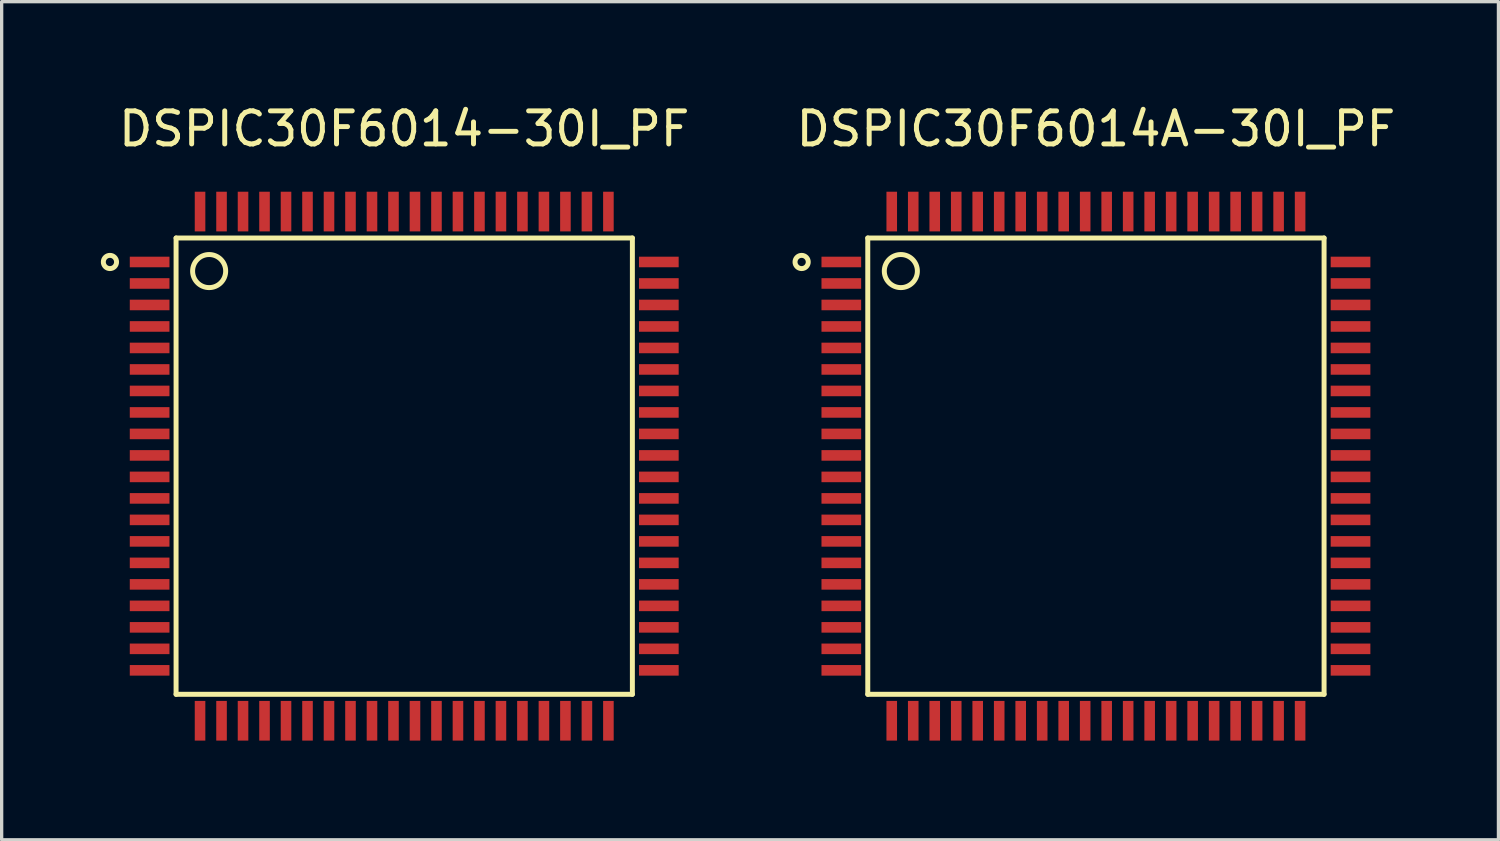
<source format=kicad_pcb>
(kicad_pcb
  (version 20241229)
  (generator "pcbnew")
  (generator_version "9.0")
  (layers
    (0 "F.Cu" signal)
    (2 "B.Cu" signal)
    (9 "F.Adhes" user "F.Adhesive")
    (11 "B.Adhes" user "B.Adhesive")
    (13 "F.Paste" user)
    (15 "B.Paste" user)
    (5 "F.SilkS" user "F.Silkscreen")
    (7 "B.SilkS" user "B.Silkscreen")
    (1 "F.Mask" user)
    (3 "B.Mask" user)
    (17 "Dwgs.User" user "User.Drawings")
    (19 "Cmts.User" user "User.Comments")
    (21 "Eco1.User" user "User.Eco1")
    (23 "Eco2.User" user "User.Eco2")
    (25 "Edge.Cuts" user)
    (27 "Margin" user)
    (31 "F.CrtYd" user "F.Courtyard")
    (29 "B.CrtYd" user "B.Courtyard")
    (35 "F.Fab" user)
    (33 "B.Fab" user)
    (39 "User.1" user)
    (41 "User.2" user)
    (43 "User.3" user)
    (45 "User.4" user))
  (footprint "DSPIC30F6014-30I_PF"
    (layer "F.Cu")
    (at 1.475 3.348)
    (property "Reference" "DSPIC30F6014-30I_PF" (at 7.7 -2.5 0) (layer "F.SilkS") (effects (font (size 1 1) (thickness 0.15))))
    (attr through_hole)
    (fp_line (start 0.8 0.8) (end 0.8 14.6) (stroke (width 0.15) (type solid)) (layer "F.SilkS"))
    (fp_line (start 0.8 0.8) (end 14.6 0.8) (stroke (width 0.15) (type solid)) (layer "F.SilkS"))
    (fp_line (start 0.8 14.6) (end 14.6 14.6) (stroke (width 0.15) (type solid)) (layer "F.SilkS"))
    (fp_line (start 14.6 14.6) (end 14.6 0.8) (stroke (width 0.15) (type solid)) (layer "F.SilkS"))
    (fp_circle (center -1.2 1.525) (end -1.2 1.325) (stroke (width 0.15) (type solid)) (fill no) (layer "F.SilkS"))
    (fp_circle (center 1.8 1.8) (end 1.8 1.3) (stroke (width 0.15) (type solid)) (fill no) (layer "F.SilkS"))
    (pad "1" smd rect (at 0 1.525) (size 1.2 0.32) (layers "F.Cu" "F.Mask" "F.Paste"))
    (pad "2" smd rect (at 0 2.175) (size 1.2 0.32) (layers "F.Cu" "F.Mask" "F.Paste"))
    (pad "3" smd rect (at 0 2.825) (size 1.2 0.32) (layers "F.Cu" "F.Mask" "F.Paste"))
    (pad "4" smd rect (at 0 3.475) (size 1.2 0.32) (layers "F.Cu" "F.Mask" "F.Paste"))
    (pad "5" smd rect (at 0 4.125) (size 1.2 0.32) (layers "F.Cu" "F.Mask" "F.Paste"))
    (pad "6" smd rect (at 0 4.775) (size 1.2 0.32) (layers "F.Cu" "F.Mask" "F.Paste"))
    (pad "7" smd rect (at 0 5.425) (size 1.2 0.32) (layers "F.Cu" "F.Mask" "F.Paste"))
    (pad "8" smd rect (at 0 6.075) (size 1.2 0.32) (layers "F.Cu" "F.Mask" "F.Paste"))
    (pad "9" smd rect (at 0 6.725) (size 1.2 0.32) (layers "F.Cu" "F.Mask" "F.Paste"))
    (pad "10" smd rect (at 0 7.375) (size 1.2 0.32) (layers "F.Cu" "F.Mask" "F.Paste"))
    (pad "11" smd rect (at 0 8.025) (size 1.2 0.32) (layers "F.Cu" "F.Mask" "F.Paste"))
    (pad "12" smd rect (at 0 8.675) (size 1.2 0.32) (layers "F.Cu" "F.Mask" "F.Paste"))
    (pad "13" smd rect (at 0 9.325) (size 1.2 0.32) (layers "F.Cu" "F.Mask" "F.Paste"))
    (pad "14" smd rect (at 0 9.975) (size 1.2 0.32) (layers "F.Cu" "F.Mask" "F.Paste"))
    (pad "15" smd rect (at 0 10.625) (size 1.2 0.32) (layers "F.Cu" "F.Mask" "F.Paste"))
    (pad "16" smd rect (at 0 11.275) (size 1.2 0.32) (layers "F.Cu" "F.Mask" "F.Paste"))
    (pad "17" smd rect (at 0 11.925) (size 1.2 0.32) (layers "F.Cu" "F.Mask" "F.Paste"))
    (pad "18" smd rect (at 0 12.575) (size 1.2 0.32) (layers "F.Cu" "F.Mask" "F.Paste"))
    (pad "19" smd rect (at 0 13.225) (size 1.2 0.32) (layers "F.Cu" "F.Mask" "F.Paste"))
    (pad "20" smd rect (at 0 13.875) (size 1.2 0.32) (layers "F.Cu" "F.Mask" "F.Paste"))
    (pad "21" smd rect (at 1.525 15.4) (size 0.32 1.2) (layers "F.Cu" "F.Mask" "F.Paste"))
    (pad "22" smd rect (at 2.175 15.4) (size 0.32 1.2) (layers "F.Cu" "F.Mask" "F.Paste"))
    (pad "23" smd rect (at 2.825 15.4) (size 0.32 1.2) (layers "F.Cu" "F.Mask" "F.Paste"))
    (pad "24" smd rect (at 3.475 15.4) (size 0.32 1.2) (layers "F.Cu" "F.Mask" "F.Paste"))
    (pad "25" smd rect (at 4.125 15.4) (size 0.32 1.2) (layers "F.Cu" "F.Mask" "F.Paste"))
    (pad "26" smd rect (at 4.775 15.4) (size 0.32 1.2) (layers "F.Cu" "F.Mask" "F.Paste"))
    (pad "27" smd rect (at 5.425 15.4) (size 0.32 1.2) (layers "F.Cu" "F.Mask" "F.Paste"))
    (pad "28" smd rect (at 6.075 15.4) (size 0.32 1.2) (layers "F.Cu" "F.Mask" "F.Paste"))
    (pad "29" smd rect (at 6.725 15.4) (size 0.32 1.2) (layers "F.Cu" "F.Mask" "F.Paste"))
    (pad "30" smd rect (at 7.375 15.4) (size 0.32 1.2) (layers "F.Cu" "F.Mask" "F.Paste"))
    (pad "31" smd rect (at 8.025 15.4) (size 0.32 1.2) (layers "F.Cu" "F.Mask" "F.Paste"))
    (pad "32" smd rect (at 8.675 15.4) (size 0.32 1.2) (layers "F.Cu" "F.Mask" "F.Paste"))
    (pad "33" smd rect (at 9.325 15.4) (size 0.32 1.2) (layers "F.Cu" "F.Mask" "F.Paste"))
    (pad "34" smd rect (at 9.975 15.4) (size 0.32 1.2) (layers "F.Cu" "F.Mask" "F.Paste"))
    (pad "35" smd rect (at 10.625 15.4) (size 0.32 1.2) (layers "F.Cu" "F.Mask" "F.Paste"))
    (pad "36" smd rect (at 11.275 15.4) (size 0.32 1.2) (layers "F.Cu" "F.Mask" "F.Paste"))
    (pad "37" smd rect (at 11.925 15.4) (size 0.32 1.2) (layers "F.Cu" "F.Mask" "F.Paste"))
    (pad "38" smd rect (at 12.575 15.4) (size 0.32 1.2) (layers "F.Cu" "F.Mask" "F.Paste"))
    (pad "39" smd rect (at 13.225 15.4) (size 0.32 1.2) (layers "F.Cu" "F.Mask" "F.Paste"))
    (pad "40" smd rect (at 13.875 15.4) (size 0.32 1.2) (layers "F.Cu" "F.Mask" "F.Paste"))
    (pad "41" smd rect (at 15.4 13.875) (size 1.2 0.32) (layers "F.Cu" "F.Mask" "F.Paste"))
    (pad "42" smd rect (at 15.4 13.225) (size 1.2 0.32) (layers "F.Cu" "F.Mask" "F.Paste"))
    (pad "43" smd rect (at 15.4 12.575) (size 1.2 0.32) (layers "F.Cu" "F.Mask" "F.Paste"))
    (pad "44" smd rect (at 15.4 11.925) (size 1.2 0.32) (layers "F.Cu" "F.Mask" "F.Paste"))
    (pad "45" smd rect (at 15.4 11.275) (size 1.2 0.32) (layers "F.Cu" "F.Mask" "F.Paste"))
    (pad "46" smd rect (at 15.4 10.625) (size 1.2 0.32) (layers "F.Cu" "F.Mask" "F.Paste"))
    (pad "47" smd rect (at 15.4 9.975) (size 1.2 0.32) (layers "F.Cu" "F.Mask" "F.Paste"))
    (pad "48" smd rect (at 15.4 9.325) (size 1.2 0.32) (layers "F.Cu" "F.Mask" "F.Paste"))
    (pad "49" smd rect (at 15.4 8.675) (size 1.2 0.32) (layers "F.Cu" "F.Mask" "F.Paste"))
    (pad "50" smd rect (at 15.4 8.025) (size 1.2 0.32) (layers "F.Cu" "F.Mask" "F.Paste"))
    (pad "51" smd rect (at 15.4 7.375) (size 1.2 0.32) (layers "F.Cu" "F.Mask" "F.Paste"))
    (pad "52" smd rect (at 15.4 6.725) (size 1.2 0.32) (layers "F.Cu" "F.Mask" "F.Paste"))
    (pad "53" smd rect (at 15.4 6.075) (size 1.2 0.32) (layers "F.Cu" "F.Mask" "F.Paste"))
    (pad "54" smd rect (at 15.4 5.425) (size 1.2 0.32) (layers "F.Cu" "F.Mask" "F.Paste"))
    (pad "55" smd rect (at 15.4 4.775) (size 1.2 0.32) (layers "F.Cu" "F.Mask" "F.Paste"))
    (pad "56" smd rect (at 15.4 4.125) (size 1.2 0.32) (layers "F.Cu" "F.Mask" "F.Paste"))
    (pad "57" smd rect (at 15.4 3.475) (size 1.2 0.32) (layers "F.Cu" "F.Mask" "F.Paste"))
    (pad "58" smd rect (at 15.4 2.825) (size 1.2 0.32) (layers "F.Cu" "F.Mask" "F.Paste"))
    (pad "59" smd rect (at 15.4 2.175) (size 1.2 0.32) (layers "F.Cu" "F.Mask" "F.Paste"))
    (pad "60" smd rect (at 15.4 1.525) (size 1.2 0.32) (layers "F.Cu" "F.Mask" "F.Paste"))
    (pad "61" smd rect (at 13.875 0) (size 0.32 1.2) (layers "F.Cu" "F.Mask" "F.Paste"))
    (pad "62" smd rect (at 13.225 0) (size 0.32 1.2) (layers "F.Cu" "F.Mask" "F.Paste"))
    (pad "63" smd rect (at 12.575 0) (size 0.32 1.2) (layers "F.Cu" "F.Mask" "F.Paste"))
    (pad "64" smd rect (at 11.925 0) (size 0.32 1.2) (layers "F.Cu" "F.Mask" "F.Paste"))
    (pad "65" smd rect (at 11.275 0) (size 0.32 1.2) (layers "F.Cu" "F.Mask" "F.Paste"))
    (pad "66" smd rect (at 10.625 0) (size 0.32 1.2) (layers "F.Cu" "F.Mask" "F.Paste"))
    (pad "67" smd rect (at 9.975 0) (size 0.32 1.2) (layers "F.Cu" "F.Mask" "F.Paste"))
    (pad "68" smd rect (at 9.325 0) (size 0.32 1.2) (layers "F.Cu" "F.Mask" "F.Paste"))
    (pad "69" smd rect (at 8.675 0) (size 0.32 1.2) (layers "F.Cu" "F.Mask" "F.Paste"))
    (pad "70" smd rect (at 8.025 0) (size 0.32 1.2) (layers "F.Cu" "F.Mask" "F.Paste"))
    (pad "71" smd rect (at 7.375 0) (size 0.32 1.2) (layers "F.Cu" "F.Mask" "F.Paste"))
    (pad "72" smd rect (at 6.725 0) (size 0.32 1.2) (layers "F.Cu" "F.Mask" "F.Paste"))
    (pad "73" smd rect (at 6.075 0) (size 0.32 1.2) (layers "F.Cu" "F.Mask" "F.Paste"))
    (pad "74" smd rect (at 5.425 0) (size 0.32 1.2) (layers "F.Cu" "F.Mask" "F.Paste"))
    (pad "75" smd rect (at 4.775 0) (size 0.32 1.2) (layers "F.Cu" "F.Mask" "F.Paste"))
    (pad "76" smd rect (at 4.125 0) (size 0.32 1.2) (layers "F.Cu" "F.Mask" "F.Paste"))
    (pad "77" smd rect (at 3.475 0) (size 0.32 1.2) (layers "F.Cu" "F.Mask" "F.Paste"))
    (pad "78" smd rect (at 2.825 0) (size 0.32 1.2) (layers "F.Cu" "F.Mask" "F.Paste"))
    (pad "79" smd rect (at 2.175 0) (size 0.32 1.2) (layers "F.Cu" "F.Mask" "F.Paste"))
    (pad "80" smd rect (at 1.525 0) (size 0.32 1.2) (layers "F.Cu" "F.Mask" "F.Paste")))
  (footprint "DSPIC30F6014A-30I_PF"
    (layer "F.Cu")
    (at 22.394 3.348)
    (property "Reference" "DSPIC30F6014A-30I_PF" (at 7.7 -2.5 0) (layer "F.SilkS") (effects (font (size 1 1) (thickness 0.15))))
    (attr through_hole)
    (fp_line (start 0.8 0.8) (end 0.8 14.6) (stroke (width 0.15) (type solid)) (layer "F.SilkS"))
    (fp_line (start 0.8 0.8) (end 14.6 0.8) (stroke (width 0.15) (type solid)) (layer "F.SilkS"))
    (fp_line (start 0.8 14.6) (end 14.6 14.6) (stroke (width 0.15) (type solid)) (layer "F.SilkS"))
    (fp_line (start 14.6 14.6) (end 14.6 0.8) (stroke (width 0.15) (type solid)) (layer "F.SilkS"))
    (fp_circle (center -1.2 1.525) (end -1.2 1.325) (stroke (width 0.15) (type solid)) (fill no) (layer "F.SilkS"))
    (fp_circle (center 1.8 1.8) (end 1.8 1.3) (stroke (width 0.15) (type solid)) (fill no) (layer "F.SilkS"))
    (pad "1" smd rect (at 0 1.525) (size 1.2 0.32) (layers "F.Cu" "F.Mask" "F.Paste"))
    (pad "2" smd rect (at 0 2.175) (size 1.2 0.32) (layers "F.Cu" "F.Mask" "F.Paste"))
    (pad "3" smd rect (at 0 2.825) (size 1.2 0.32) (layers "F.Cu" "F.Mask" "F.Paste"))
    (pad "4" smd rect (at 0 3.475) (size 1.2 0.32) (layers "F.Cu" "F.Mask" "F.Paste"))
    (pad "5" smd rect (at 0 4.125) (size 1.2 0.32) (layers "F.Cu" "F.Mask" "F.Paste"))
    (pad "6" smd rect (at 0 4.775) (size 1.2 0.32) (layers "F.Cu" "F.Mask" "F.Paste"))
    (pad "7" smd rect (at 0 5.425) (size 1.2 0.32) (layers "F.Cu" "F.Mask" "F.Paste"))
    (pad "8" smd rect (at 0 6.075) (size 1.2 0.32) (layers "F.Cu" "F.Mask" "F.Paste"))
    (pad "9" smd rect (at 0 6.725) (size 1.2 0.32) (layers "F.Cu" "F.Mask" "F.Paste"))
    (pad "10" smd rect (at 0 7.375) (size 1.2 0.32) (layers "F.Cu" "F.Mask" "F.Paste"))
    (pad "11" smd rect (at 0 8.025) (size 1.2 0.32) (layers "F.Cu" "F.Mask" "F.Paste"))
    (pad "12" smd rect (at 0 8.675) (size 1.2 0.32) (layers "F.Cu" "F.Mask" "F.Paste"))
    (pad "13" smd rect (at 0 9.325) (size 1.2 0.32) (layers "F.Cu" "F.Mask" "F.Paste"))
    (pad "14" smd rect (at 0 9.975) (size 1.2 0.32) (layers "F.Cu" "F.Mask" "F.Paste"))
    (pad "15" smd rect (at 0 10.625) (size 1.2 0.32) (layers "F.Cu" "F.Mask" "F.Paste"))
    (pad "16" smd rect (at 0 11.275) (size 1.2 0.32) (layers "F.Cu" "F.Mask" "F.Paste"))
    (pad "17" smd rect (at 0 11.925) (size 1.2 0.32) (layers "F.Cu" "F.Mask" "F.Paste"))
    (pad "18" smd rect (at 0 12.575) (size 1.2 0.32) (layers "F.Cu" "F.Mask" "F.Paste"))
    (pad "19" smd rect (at 0 13.225) (size 1.2 0.32) (layers "F.Cu" "F.Mask" "F.Paste"))
    (pad "20" smd rect (at 0 13.875) (size 1.2 0.32) (layers "F.Cu" "F.Mask" "F.Paste"))
    (pad "21" smd rect (at 1.525 15.4) (size 0.32 1.2) (layers "F.Cu" "F.Mask" "F.Paste"))
    (pad "22" smd rect (at 2.175 15.4) (size 0.32 1.2) (layers "F.Cu" "F.Mask" "F.Paste"))
    (pad "23" smd rect (at 2.825 15.4) (size 0.32 1.2) (layers "F.Cu" "F.Mask" "F.Paste"))
    (pad "24" smd rect (at 3.475 15.4) (size 0.32 1.2) (layers "F.Cu" "F.Mask" "F.Paste"))
    (pad "25" smd rect (at 4.125 15.4) (size 0.32 1.2) (layers "F.Cu" "F.Mask" "F.Paste"))
    (pad "26" smd rect (at 4.775 15.4) (size 0.32 1.2) (layers "F.Cu" "F.Mask" "F.Paste"))
    (pad "27" smd rect (at 5.425 15.4) (size 0.32 1.2) (layers "F.Cu" "F.Mask" "F.Paste"))
    (pad "28" smd rect (at 6.075 15.4) (size 0.32 1.2) (layers "F.Cu" "F.Mask" "F.Paste"))
    (pad "29" smd rect (at 6.725 15.4) (size 0.32 1.2) (layers "F.Cu" "F.Mask" "F.Paste"))
    (pad "30" smd rect (at 7.375 15.4) (size 0.32 1.2) (layers "F.Cu" "F.Mask" "F.Paste"))
    (pad "31" smd rect (at 8.025 15.4) (size 0.32 1.2) (layers "F.Cu" "F.Mask" "F.Paste"))
    (pad "32" smd rect (at 8.675 15.4) (size 0.32 1.2) (layers "F.Cu" "F.Mask" "F.Paste"))
    (pad "33" smd rect (at 9.325 15.4) (size 0.32 1.2) (layers "F.Cu" "F.Mask" "F.Paste"))
    (pad "34" smd rect (at 9.975 15.4) (size 0.32 1.2) (layers "F.Cu" "F.Mask" "F.Paste"))
    (pad "35" smd rect (at 10.625 15.4) (size 0.32 1.2) (layers "F.Cu" "F.Mask" "F.Paste"))
    (pad "36" smd rect (at 11.275 15.4) (size 0.32 1.2) (layers "F.Cu" "F.Mask" "F.Paste"))
    (pad "37" smd rect (at 11.925 15.4) (size 0.32 1.2) (layers "F.Cu" "F.Mask" "F.Paste"))
    (pad "38" smd rect (at 12.575 15.4) (size 0.32 1.2) (layers "F.Cu" "F.Mask" "F.Paste"))
    (pad "39" smd rect (at 13.225 15.4) (size 0.32 1.2) (layers "F.Cu" "F.Mask" "F.Paste"))
    (pad "40" smd rect (at 13.875 15.4) (size 0.32 1.2) (layers "F.Cu" "F.Mask" "F.Paste"))
    (pad "41" smd rect (at 15.4 13.875) (size 1.2 0.32) (layers "F.Cu" "F.Mask" "F.Paste"))
    (pad "42" smd rect (at 15.4 13.225) (size 1.2 0.32) (layers "F.Cu" "F.Mask" "F.Paste"))
    (pad "43" smd rect (at 15.4 12.575) (size 1.2 0.32) (layers "F.Cu" "F.Mask" "F.Paste"))
    (pad "44" smd rect (at 15.4 11.925) (size 1.2 0.32) (layers "F.Cu" "F.Mask" "F.Paste"))
    (pad "45" smd rect (at 15.4 11.275) (size 1.2 0.32) (layers "F.Cu" "F.Mask" "F.Paste"))
    (pad "46" smd rect (at 15.4 10.625) (size 1.2 0.32) (layers "F.Cu" "F.Mask" "F.Paste"))
    (pad "47" smd rect (at 15.4 9.975) (size 1.2 0.32) (layers "F.Cu" "F.Mask" "F.Paste"))
    (pad "48" smd rect (at 15.4 9.325) (size 1.2 0.32) (layers "F.Cu" "F.Mask" "F.Paste"))
    (pad "49" smd rect (at 15.4 8.675) (size 1.2 0.32) (layers "F.Cu" "F.Mask" "F.Paste"))
    (pad "50" smd rect (at 15.4 8.025) (size 1.2 0.32) (layers "F.Cu" "F.Mask" "F.Paste"))
    (pad "51" smd rect (at 15.4 7.375) (size 1.2 0.32) (layers "F.Cu" "F.Mask" "F.Paste"))
    (pad "52" smd rect (at 15.4 6.725) (size 1.2 0.32) (layers "F.Cu" "F.Mask" "F.Paste"))
    (pad "53" smd rect (at 15.4 6.075) (size 1.2 0.32) (layers "F.Cu" "F.Mask" "F.Paste"))
    (pad "54" smd rect (at 15.4 5.425) (size 1.2 0.32) (layers "F.Cu" "F.Mask" "F.Paste"))
    (pad "55" smd rect (at 15.4 4.775) (size 1.2 0.32) (layers "F.Cu" "F.Mask" "F.Paste"))
    (pad "56" smd rect (at 15.4 4.125) (size 1.2 0.32) (layers "F.Cu" "F.Mask" "F.Paste"))
    (pad "57" smd rect (at 15.4 3.475) (size 1.2 0.32) (layers "F.Cu" "F.Mask" "F.Paste"))
    (pad "58" smd rect (at 15.4 2.825) (size 1.2 0.32) (layers "F.Cu" "F.Mask" "F.Paste"))
    (pad "59" smd rect (at 15.4 2.175) (size 1.2 0.32) (layers "F.Cu" "F.Mask" "F.Paste"))
    (pad "60" smd rect (at 15.4 1.525) (size 1.2 0.32) (layers "F.Cu" "F.Mask" "F.Paste"))
    (pad "61" smd rect (at 13.875 0) (size 0.32 1.2) (layers "F.Cu" "F.Mask" "F.Paste"))
    (pad "62" smd rect (at 13.225 0) (size 0.32 1.2) (layers "F.Cu" "F.Mask" "F.Paste"))
    (pad "63" smd rect (at 12.575 0) (size 0.32 1.2) (layers "F.Cu" "F.Mask" "F.Paste"))
    (pad "64" smd rect (at 11.925 0) (size 0.32 1.2) (layers "F.Cu" "F.Mask" "F.Paste"))
    (pad "65" smd rect (at 11.275 0) (size 0.32 1.2) (layers "F.Cu" "F.Mask" "F.Paste"))
    (pad "66" smd rect (at 10.625 0) (size 0.32 1.2) (layers "F.Cu" "F.Mask" "F.Paste"))
    (pad "67" smd rect (at 9.975 0) (size 0.32 1.2) (layers "F.Cu" "F.Mask" "F.Paste"))
    (pad "68" smd rect (at 9.325 0) (size 0.32 1.2) (layers "F.Cu" "F.Mask" "F.Paste"))
    (pad "69" smd rect (at 8.675 0) (size 0.32 1.2) (layers "F.Cu" "F.Mask" "F.Paste"))
    (pad "70" smd rect (at 8.025 0) (size 0.32 1.2) (layers "F.Cu" "F.Mask" "F.Paste"))
    (pad "71" smd rect (at 7.375 0) (size 0.32 1.2) (layers "F.Cu" "F.Mask" "F.Paste"))
    (pad "72" smd rect (at 6.725 0) (size 0.32 1.2) (layers "F.Cu" "F.Mask" "F.Paste"))
    (pad "73" smd rect (at 6.075 0) (size 0.32 1.2) (layers "F.Cu" "F.Mask" "F.Paste"))
    (pad "74" smd rect (at 5.425 0) (size 0.32 1.2) (layers "F.Cu" "F.Mask" "F.Paste"))
    (pad "75" smd rect (at 4.775 0) (size 0.32 1.2) (layers "F.Cu" "F.Mask" "F.Paste"))
    (pad "76" smd rect (at 4.125 0) (size 0.32 1.2) (layers "F.Cu" "F.Mask" "F.Paste"))
    (pad "77" smd rect (at 3.475 0) (size 0.32 1.2) (layers "F.Cu" "F.Mask" "F.Paste"))
    (pad "78" smd rect (at 2.825 0) (size 0.32 1.2) (layers "F.Cu" "F.Mask" "F.Paste"))
    (pad "79" smd rect (at 2.175 0) (size 0.32 1.2) (layers "F.Cu" "F.Mask" "F.Paste"))
    (pad "80" smd rect (at 1.525 0) (size 0.32 1.2) (layers "F.Cu" "F.Mask" "F.Paste")))
  (gr_rect
    (start -3 -3)
    (end 42.267 22.348)
    (stroke (width 0.1) (type default))
    (fill no)
    (layer "Edge.Cuts")))
</source>
